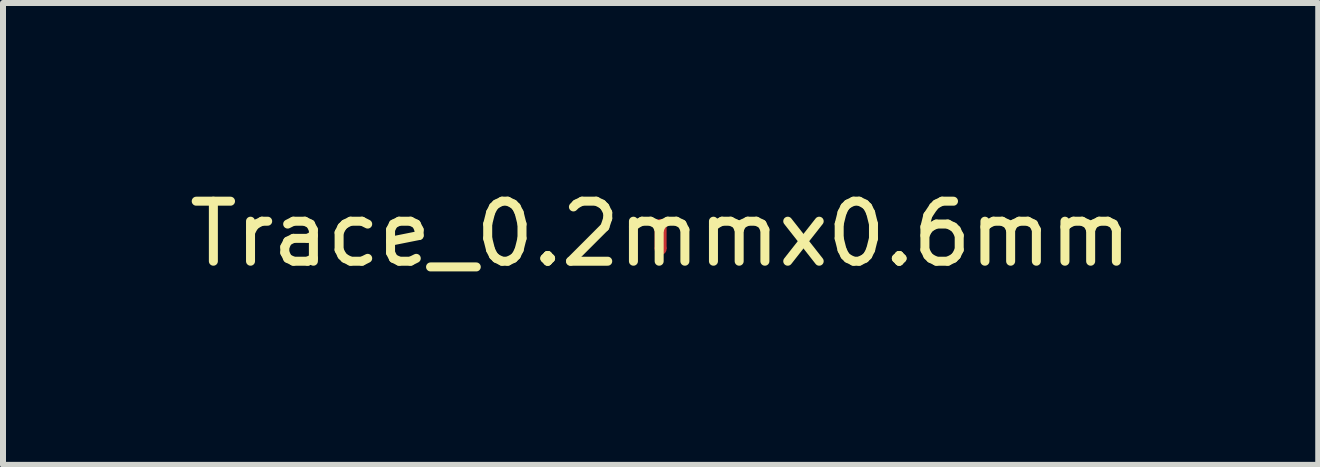
<source format=kicad_pcb>
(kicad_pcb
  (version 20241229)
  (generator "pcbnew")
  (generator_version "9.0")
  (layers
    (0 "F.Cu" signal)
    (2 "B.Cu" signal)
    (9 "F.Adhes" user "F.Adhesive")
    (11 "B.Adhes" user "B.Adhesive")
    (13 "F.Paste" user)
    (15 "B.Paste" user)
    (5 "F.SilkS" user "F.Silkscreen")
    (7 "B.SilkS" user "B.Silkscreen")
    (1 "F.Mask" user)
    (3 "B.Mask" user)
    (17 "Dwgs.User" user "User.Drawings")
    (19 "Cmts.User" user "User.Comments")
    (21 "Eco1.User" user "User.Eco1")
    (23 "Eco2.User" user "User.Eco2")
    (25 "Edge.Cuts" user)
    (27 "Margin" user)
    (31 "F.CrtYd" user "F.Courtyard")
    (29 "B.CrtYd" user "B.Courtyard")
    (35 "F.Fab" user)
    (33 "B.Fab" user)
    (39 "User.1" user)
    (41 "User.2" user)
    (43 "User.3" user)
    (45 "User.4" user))
  (footprint "Trace_0.2mmx0.6mm"
    (layer "F.Cu")
    (at 7.958 0.898)
    (property "Reference" "Trace_0.2mmx0.6mm" (at 0 -0.05 0) (layer "F.SilkS") (effects (font (size 1 1) (thickness 0.15))))
    (attr through_hole)
    (fp_poly (pts (xy -0.1 0.2) (xy -0.1 -0.2) (xy 0.1 -0.2) (xy 0.1 0.2)) (stroke (width 0) (type solid)) (fill yes) (layer "F.Cu"))
    (pad "1" smd oval (at 0 -0.2) (size 0.2 0.2) (layers "F.Cu"))
    (pad "2" smd oval (at 0 0.2) (size 0.2 0.2) (layers "F.Cu")))
  (gr_rect
    (start -3 -3)
    (end 18.917 4.697)
    (stroke (width 0.1) (type default))
    (fill no)
    (layer "Edge.Cuts")))
</source>
